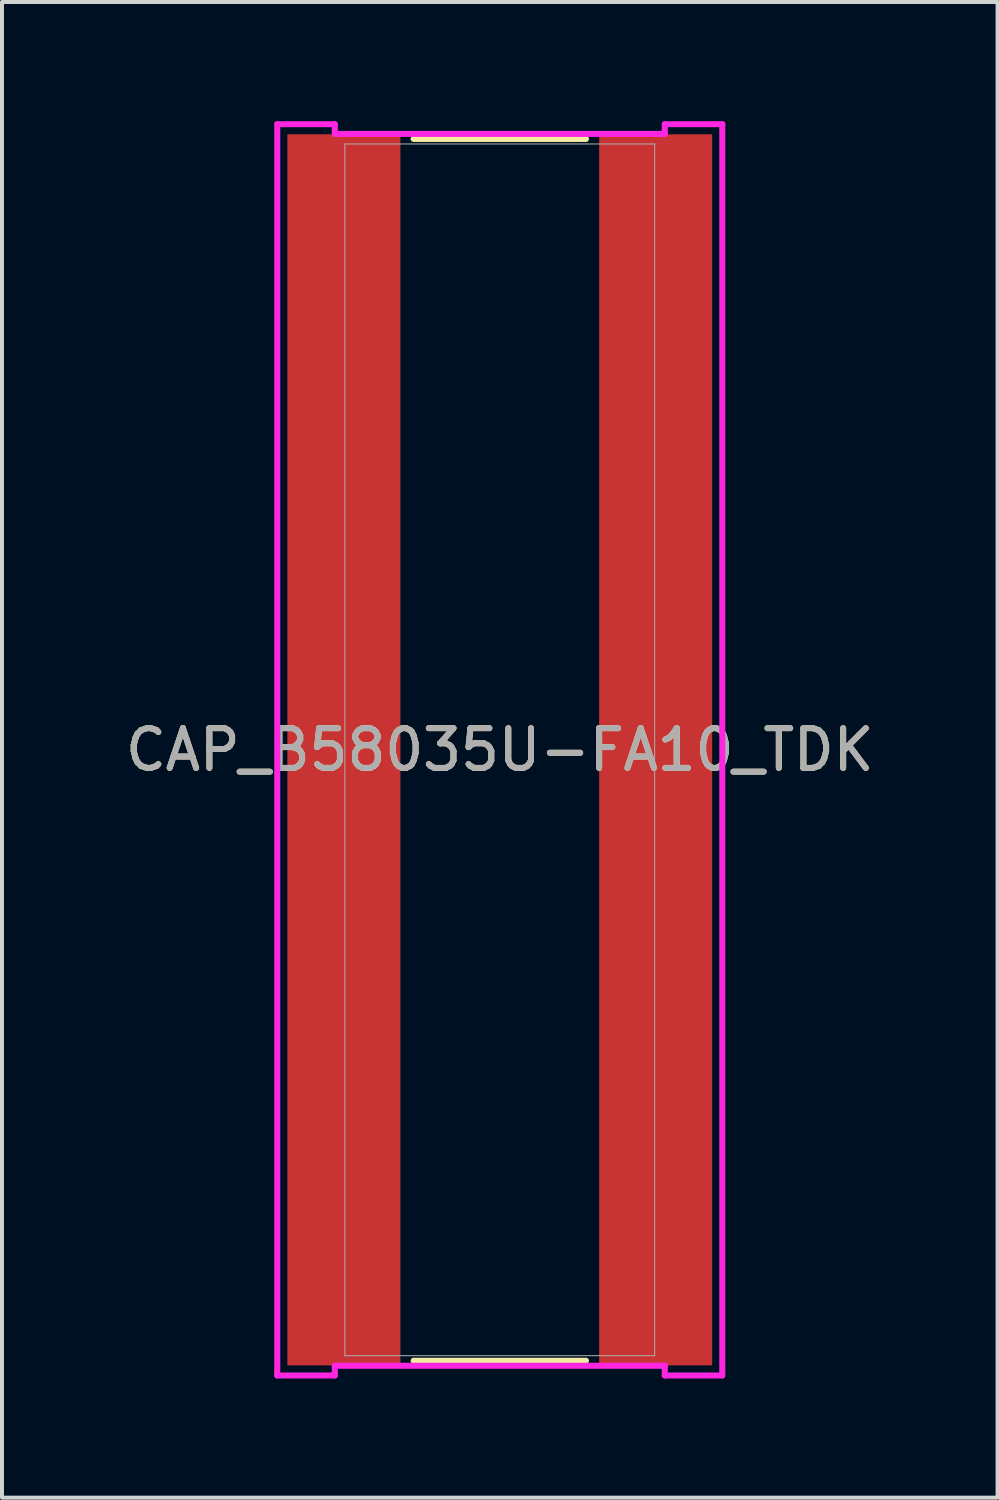
<source format=kicad_pcb>
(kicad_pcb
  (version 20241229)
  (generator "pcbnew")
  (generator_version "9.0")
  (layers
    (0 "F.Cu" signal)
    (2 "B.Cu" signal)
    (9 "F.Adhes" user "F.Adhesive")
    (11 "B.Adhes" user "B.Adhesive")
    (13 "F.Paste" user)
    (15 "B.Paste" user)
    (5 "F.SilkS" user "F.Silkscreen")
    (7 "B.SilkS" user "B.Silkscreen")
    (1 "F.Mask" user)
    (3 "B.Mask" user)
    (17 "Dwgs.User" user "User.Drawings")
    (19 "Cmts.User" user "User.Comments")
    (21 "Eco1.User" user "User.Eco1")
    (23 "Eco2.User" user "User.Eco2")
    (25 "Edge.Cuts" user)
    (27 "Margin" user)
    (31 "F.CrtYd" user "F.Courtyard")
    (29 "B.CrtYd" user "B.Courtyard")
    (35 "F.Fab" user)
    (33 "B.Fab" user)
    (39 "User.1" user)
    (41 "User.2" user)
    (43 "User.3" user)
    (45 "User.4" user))
  (footprint "CAP_B58035U-FA10_TDK"
    (layer "F.Cu")
    (at 9.53 15.824)
    (property "Reference" "CAP_B58035U-FA10_TDK" (at 0 0 0) (unlocked yes) (layer "F.SilkS") (effects (font (size 1 1) (thickness 0.15))))
    (attr smd)
    (fp_line (start -2.169 15.377) (end 2.169 15.377) (stroke (width 0.152) (type solid)) (layer "F.SilkS"))
    (fp_line (start 2.169 -15.377) (end -2.169 -15.377) (stroke (width 0.152) (type solid)) (layer "F.SilkS"))
    (fp_line (start -5.601 -15.748) (end -4.153 -15.748) (stroke (width 0.152) (type solid)) (layer "F.CrtYd"))
    (fp_line (start -5.601 15.748) (end -5.601 -15.748) (stroke (width 0.152) (type solid)) (layer "F.CrtYd"))
    (fp_line (start -4.153 -15.748) (end -4.153 -15.504) (stroke (width 0.152) (type solid)) (layer "F.CrtYd"))
    (fp_line (start -4.153 -15.504) (end 4.153 -15.504) (stroke (width 0.152) (type solid)) (layer "F.CrtYd"))
    (fp_line (start -4.153 15.504) (end -4.153 15.748) (stroke (width 0.152) (type solid)) (layer "F.CrtYd"))
    (fp_line (start -4.153 15.748) (end -5.601 15.748) (stroke (width 0.152) (type solid)) (layer "F.CrtYd"))
    (fp_line (start 4.153 -15.748) (end 5.601 -15.748) (stroke (width 0.152) (type solid)) (layer "F.CrtYd"))
    (fp_line (start 4.153 -15.504) (end 4.153 -15.748) (stroke (width 0.152) (type solid)) (layer "F.CrtYd"))
    (fp_line (start 4.153 15.504) (end -4.153 15.504) (stroke (width 0.152) (type solid)) (layer "F.CrtYd"))
    (fp_line (start 4.153 15.748) (end 4.153 15.504) (stroke (width 0.152) (type solid)) (layer "F.CrtYd"))
    (fp_line (start 5.601 -15.748) (end 5.601 15.748) (stroke (width 0.152) (type solid)) (layer "F.CrtYd"))
    (fp_line (start 5.601 15.748) (end 4.153 15.748) (stroke (width 0.152) (type solid)) (layer "F.CrtYd"))
    (fp_line (start -3.899 -15.25) (end -3.899 15.25) (stroke (width 0.025) (type solid)) (layer "F.Fab"))
    (fp_line (start -3.899 15.25) (end 3.899 15.25) (stroke (width 0.025) (type solid)) (layer "F.Fab"))
    (fp_line (start 3.899 -15.25) (end -3.899 -15.25) (stroke (width 0.025) (type solid)) (layer "F.Fab"))
    (fp_line (start 3.899 15.25) (end 3.899 -15.25) (stroke (width 0.025) (type solid)) (layer "F.Fab"))
    (fp_text user "${REFERENCE}" (at 0 0 0) (unlocked yes) (layer "F.Fab") (effects (font (size 1 1) (thickness 0.15))))
    (pad "1" smd rect (at -3.924 0) (size 2.845 30.988) (layers "F.Cu" "F.Mask" "F.Paste"))
    (pad "2" smd rect (at 3.924 0) (size 2.845 30.988) (layers "F.Cu" "F.Mask" "F.Paste"))
    (zone (net_name "") (layer "F.Cu") (hatch full 0.508) (connect_pads) (min_thickness 0.254) (filled_areas_thickness no) (keepout (tracks not_allowed) (vias not_allowed) (pads allowed) (copperpour not_allowed) (footprints allowed)) (placement (enabled no)) (fill) (polygon (pts (xy 7.079 0.381) (xy 11.981 0.381) (xy 11.981 31.267) (xy 7.079 31.267)))))
  (gr_rect
    (start -3 -3)
    (end 22.06 34.648)
    (stroke (width 0.1) (type default))
    (fill no)
    (layer "Edge.Cuts")))
</source>
